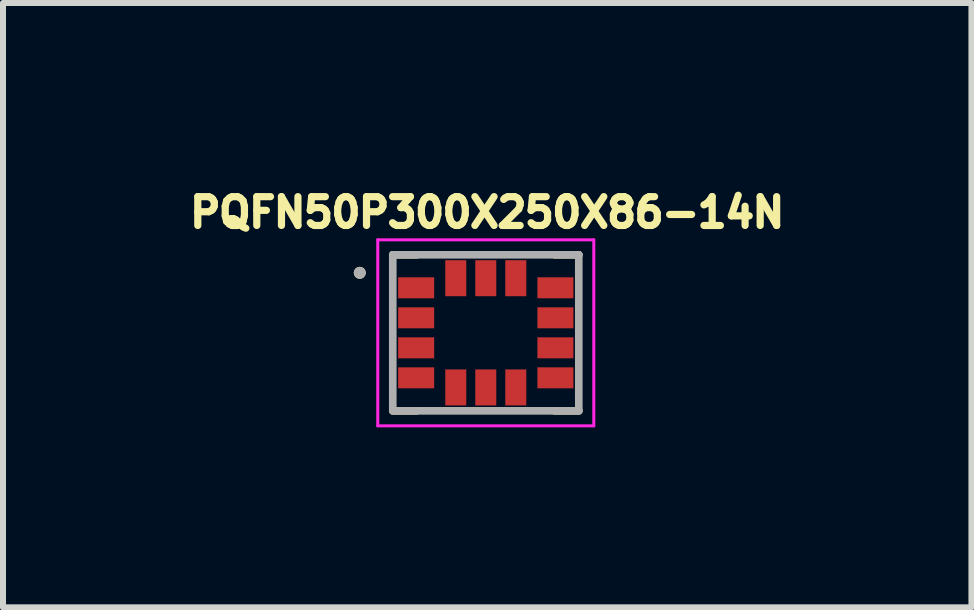
<source format=kicad_pcb>
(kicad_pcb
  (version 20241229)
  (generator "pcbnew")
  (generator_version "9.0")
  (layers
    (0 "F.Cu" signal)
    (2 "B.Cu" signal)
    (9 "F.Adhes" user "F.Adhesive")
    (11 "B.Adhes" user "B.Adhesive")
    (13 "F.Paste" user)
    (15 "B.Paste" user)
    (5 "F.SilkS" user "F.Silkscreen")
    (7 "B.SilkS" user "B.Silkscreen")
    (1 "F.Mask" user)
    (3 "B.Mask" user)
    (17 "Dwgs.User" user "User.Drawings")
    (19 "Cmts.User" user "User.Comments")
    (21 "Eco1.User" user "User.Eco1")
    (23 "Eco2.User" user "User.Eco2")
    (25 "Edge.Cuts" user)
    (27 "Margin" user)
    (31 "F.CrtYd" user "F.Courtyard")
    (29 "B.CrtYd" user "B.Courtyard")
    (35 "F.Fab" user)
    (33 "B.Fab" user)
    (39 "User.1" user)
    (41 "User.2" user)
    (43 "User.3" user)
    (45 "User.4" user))
  (footprint "PQFN50P300X250X86-14N"
    (layer "F.Cu")
    (at 5.045 2.496)
    (property "Reference" "PQFN50P300X250X86-14N" (at 0.024 -2.005 0) (layer "F.SilkS") (effects (font (size 0.48 0.48) (thickness 0.15))))
    (attr through_hole)
    (fp_line (start -1.55 1.3) (end -1.15 1.3) (stroke (width 0.127) (type solid)) (layer "F.SilkS"))
    (fp_line (start -1.15 -1.3) (end -1.55 -1.3) (stroke (width 0.127) (type solid)) (layer "F.SilkS"))
    (fp_line (start 1.55 -1.3) (end 1.15 -1.3) (stroke (width 0.127) (type solid)) (layer "F.SilkS"))
    (fp_line (start 1.55 1.3) (end 1.15 1.3) (stroke (width 0.127) (type solid)) (layer "F.SilkS"))
    (fp_circle (center -2.1 -1) (end -2.05 -1) (stroke (width 0.1) (type solid)) (fill no) (layer "F.SilkS"))
    (fp_line (start -1.8 -1.55) (end -1.8 1.55) (stroke (width 0.05) (type solid)) (layer "F.CrtYd"))
    (fp_line (start -1.8 1.55) (end 1.8 1.55) (stroke (width 0.05) (type solid)) (layer "F.CrtYd"))
    (fp_line (start 1.8 -1.55) (end -1.8 -1.55) (stroke (width 0.05) (type solid)) (layer "F.CrtYd"))
    (fp_line (start 1.8 1.55) (end 1.8 -1.55) (stroke (width 0.05) (type solid)) (layer "F.CrtYd"))
    (fp_line (start -1.55 -1.3) (end 1.55 -1.3) (stroke (width 0.127) (type solid)) (layer "F.Fab"))
    (fp_line (start -1.55 1.3) (end -1.55 -1.3) (stroke (width 0.127) (type solid)) (layer "F.Fab"))
    (fp_line (start 1.55 -1.3) (end 1.55 1.3) (stroke (width 0.127) (type solid)) (layer "F.Fab"))
    (fp_line (start 1.55 1.3) (end -1.55 1.3) (stroke (width 0.127) (type solid)) (layer "F.Fab"))
    (fp_circle (center -2.1 -1) (end -2.05 -1) (stroke (width 0.1) (type solid)) (fill no) (layer "F.Fab"))
    (pad "1" smd rect (at -1.16 -0.75) (size 0.6 0.35) (layers "F.Cu" "F.Mask" "F.Paste"))
    (pad "2" smd rect (at -1.16 -0.25) (size 0.6 0.35) (layers "F.Cu" "F.Mask" "F.Paste"))
    (pad "3" smd rect (at -1.16 0.25) (size 0.6 0.35) (layers "F.Cu" "F.Mask" "F.Paste"))
    (pad "4" smd rect (at -1.16 0.75) (size 0.6 0.35) (layers "F.Cu" "F.Mask" "F.Paste"))
    (pad "5" smd rect (at -0.5 0.91) (size 0.35 0.6) (layers "F.Cu" "F.Mask" "F.Paste"))
    (pad "6" smd rect (at 0 0.91) (size 0.35 0.6) (layers "F.Cu" "F.Mask" "F.Paste"))
    (pad "7" smd rect (at 0.5 0.91) (size 0.35 0.6) (layers "F.Cu" "F.Mask" "F.Paste"))
    (pad "8" smd rect (at 1.16 0.75) (size 0.6 0.35) (layers "F.Cu" "F.Mask" "F.Paste"))
    (pad "9" smd rect (at 1.16 0.25) (size 0.6 0.35) (layers "F.Cu" "F.Mask" "F.Paste"))
    (pad "10" smd rect (at 1.16 -0.25) (size 0.6 0.35) (layers "F.Cu" "F.Mask" "F.Paste"))
    (pad "11" smd rect (at 1.16 -0.75) (size 0.6 0.35) (layers "F.Cu" "F.Mask" "F.Paste"))
    (pad "12" smd rect (at 0.5 -0.91) (size 0.35 0.6) (layers "F.Cu" "F.Mask" "F.Paste"))
    (pad "13" smd rect (at 0 -0.91) (size 0.35 0.6) (layers "F.Cu" "F.Mask" "F.Paste"))
    (pad "14" smd rect (at -0.5 -0.91) (size 0.35 0.6) (layers "F.Cu" "F.Mask" "F.Paste")))
  (gr_rect
    (start -3 -3)
    (end 13.138 7.071)
    (stroke (width 0.1) (type default))
    (fill no)
    (layer "Edge.Cuts")))
</source>
